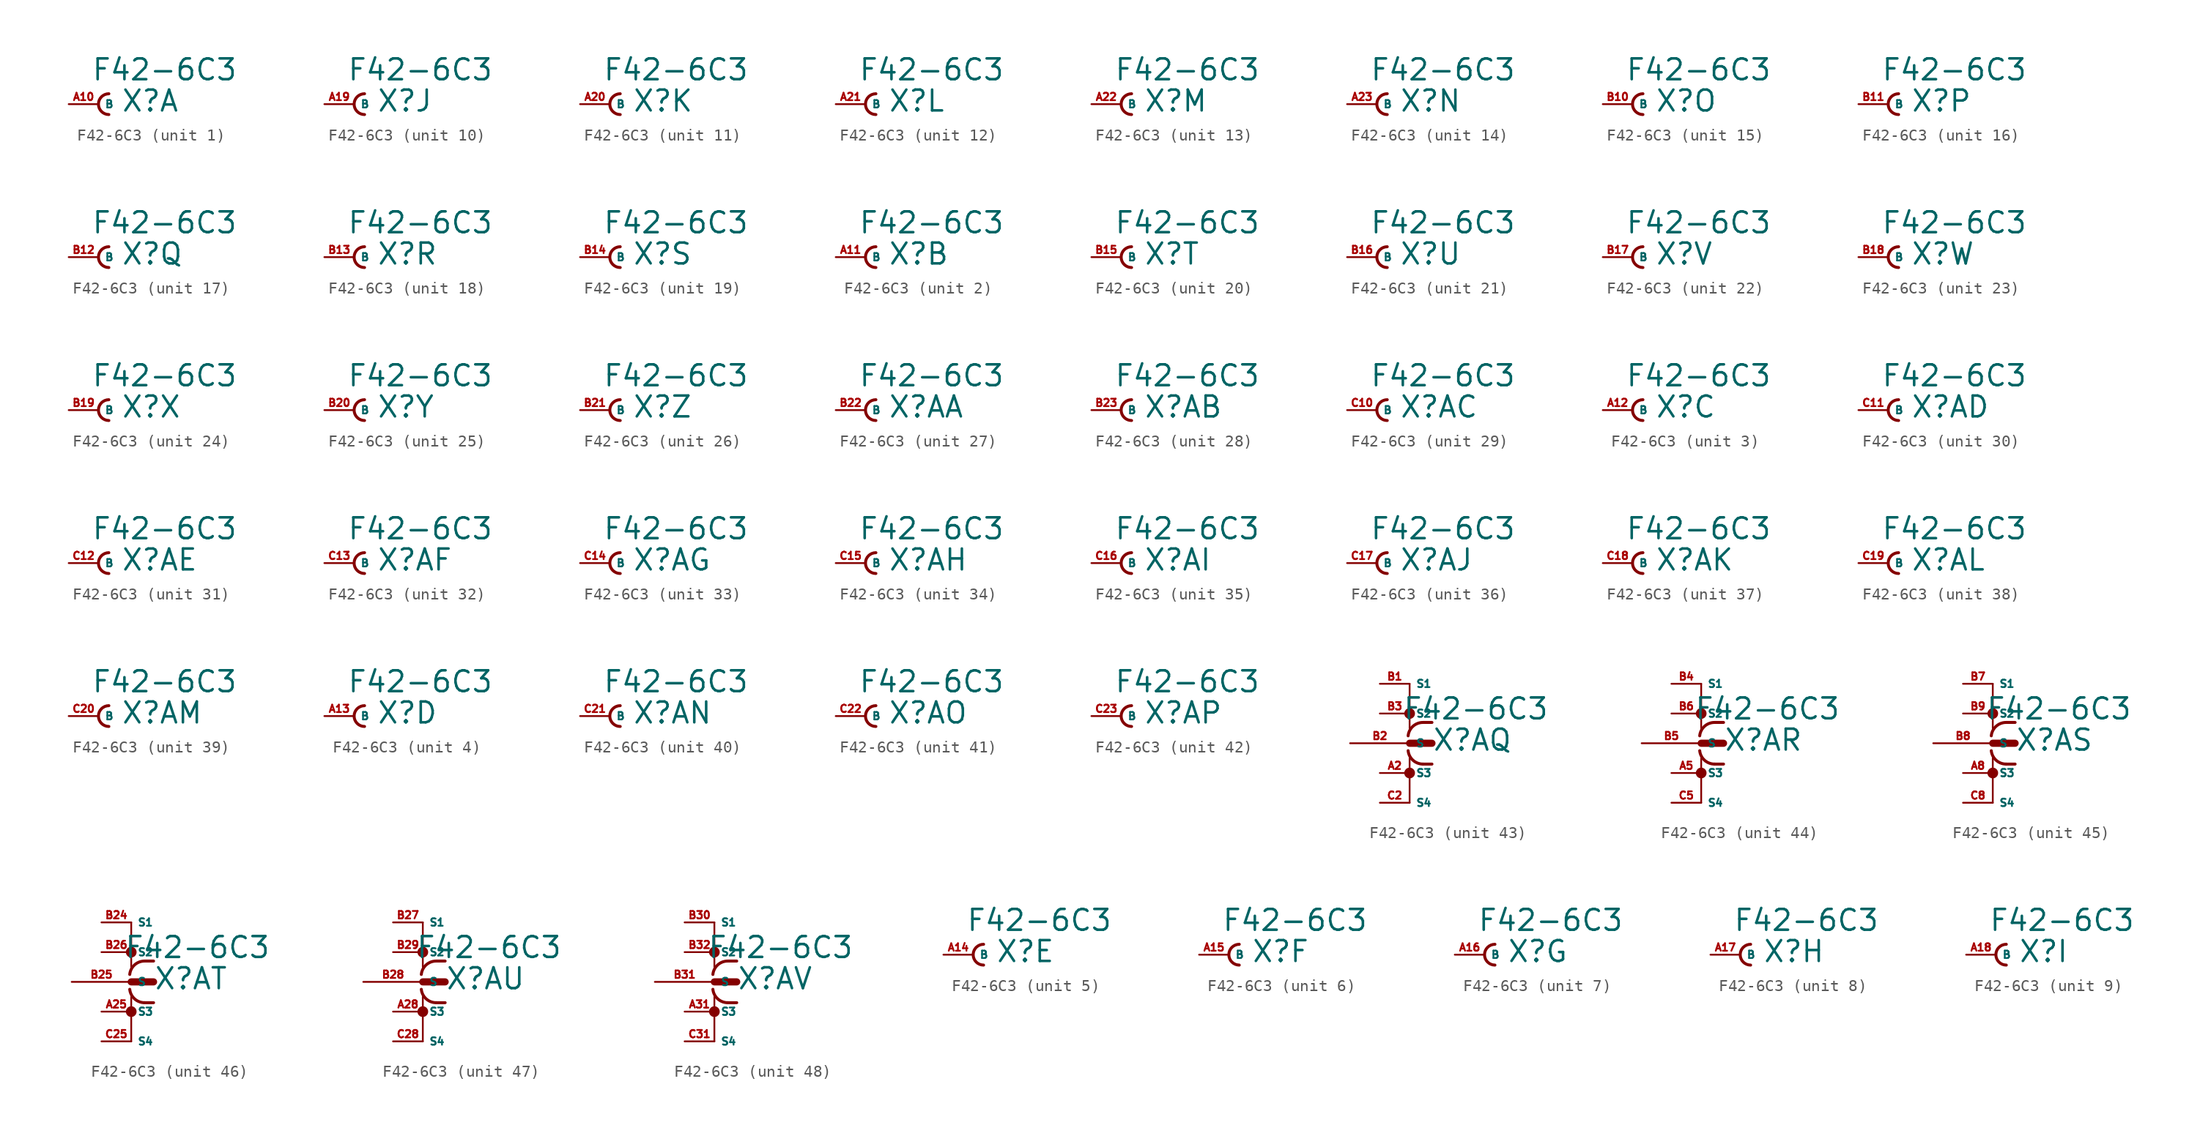
<source format=kicad_sym>
(kicad_symbol_lib
  (version 20220914)
  (generator Eagle2Kicad)
  (symbol "F42-6C3"
    (property "Reference" "X"
      (at 1.905 -0.762 0)
      (effects (font (size 1.778 1.778) (thickness 0.22)) (justify left bottom)))
    (property "Value" "F42-6C3"
      (at -0.635 1.905 0)
      (effects (font (size 1.778 1.778) (thickness 0.22)) (justify left bottom)))
    (symbol "F42-6C3_1_0"
      (arc (start 0.889 0.889) (mid 0.000 0.000) (end 0.889 -0.889) (stroke (width 0.254) (type default)) (fill (type none)))
      (pin passive line (at -2.54 0 0) (length 2.54) (name "B" (effects (font (size 0.635 0.635) (thickness 0.08)) (justify left bottom))) (number "A10" (effects (font (size 0.635 0.635) (thickness 0.08)) (justify left bottom)))))
    (symbol "F42-6C3_2_0"
      (arc (start 0.889 0.889) (mid 0.000 0.000) (end 0.889 -0.889) (stroke (width 0.254) (type default)) (fill (type none)))
      (pin passive line (at -2.54 0 0) (length 2.54) (name "B" (effects (font (size 0.635 0.635) (thickness 0.08)) (justify left bottom))) (number "A11" (effects (font (size 0.635 0.635) (thickness 0.08)) (justify left bottom)))))
    (symbol "F42-6C3_3_0"
      (arc (start 0.889 0.889) (mid 0.000 0.000) (end 0.889 -0.889) (stroke (width 0.254) (type default)) (fill (type none)))
      (pin passive line (at -2.54 0 0) (length 2.54) (name "B" (effects (font (size 0.635 0.635) (thickness 0.08)) (justify left bottom))) (number "A12" (effects (font (size 0.635 0.635) (thickness 0.08)) (justify left bottom)))))
    (symbol "F42-6C3_4_0"
      (arc (start 0.889 0.889) (mid 0.000 0.000) (end 0.889 -0.889) (stroke (width 0.254) (type default)) (fill (type none)))
      (pin passive line (at -2.54 0 0) (length 2.54) (name "B" (effects (font (size 0.635 0.635) (thickness 0.08)) (justify left bottom))) (number "A13" (effects (font (size 0.635 0.635) (thickness 0.08)) (justify left bottom)))))
    (symbol "F42-6C3_5_0"
      (arc (start 0.889 0.889) (mid 0.000 0.000) (end 0.889 -0.889) (stroke (width 0.254) (type default)) (fill (type none)))
      (pin passive line (at -2.54 0 0) (length 2.54) (name "B" (effects (font (size 0.635 0.635) (thickness 0.08)) (justify left bottom))) (number "A14" (effects (font (size 0.635 0.635) (thickness 0.08)) (justify left bottom)))))
    (symbol "F42-6C3_6_0"
      (arc (start 0.889 0.889) (mid 0.000 0.000) (end 0.889 -0.889) (stroke (width 0.254) (type default)) (fill (type none)))
      (pin passive line (at -2.54 0 0) (length 2.54) (name "B" (effects (font (size 0.635 0.635) (thickness 0.08)) (justify left bottom))) (number "A15" (effects (font (size 0.635 0.635) (thickness 0.08)) (justify left bottom)))))
    (symbol "F42-6C3_7_0"
      (arc (start 0.889 0.889) (mid 0.000 0.000) (end 0.889 -0.889) (stroke (width 0.254) (type default)) (fill (type none)))
      (pin passive line (at -2.54 0 0) (length 2.54) (name "B" (effects (font (size 0.635 0.635) (thickness 0.08)) (justify left bottom))) (number "A16" (effects (font (size 0.635 0.635) (thickness 0.08)) (justify left bottom)))))
    (symbol "F42-6C3_8_0"
      (arc (start 0.889 0.889) (mid 0.000 0.000) (end 0.889 -0.889) (stroke (width 0.254) (type default)) (fill (type none)))
      (pin passive line (at -2.54 0 0) (length 2.54) (name "B" (effects (font (size 0.635 0.635) (thickness 0.08)) (justify left bottom))) (number "A17" (effects (font (size 0.635 0.635) (thickness 0.08)) (justify left bottom)))))
    (symbol "F42-6C3_9_0"
      (arc (start 0.889 0.889) (mid 0.000 0.000) (end 0.889 -0.889) (stroke (width 0.254) (type default)) (fill (type none)))
      (pin passive line (at -2.54 0 0) (length 2.54) (name "B" (effects (font (size 0.635 0.635) (thickness 0.08)) (justify left bottom))) (number "A18" (effects (font (size 0.635 0.635) (thickness 0.08)) (justify left bottom)))))
    (symbol "F42-6C3_10_0"
      (arc (start 0.889 0.889) (mid 0.000 0.000) (end 0.889 -0.889) (stroke (width 0.254) (type default)) (fill (type none)))
      (pin passive line (at -2.54 0 0) (length 2.54) (name "B" (effects (font (size 0.635 0.635) (thickness 0.08)) (justify left bottom))) (number "A19" (effects (font (size 0.635 0.635) (thickness 0.08)) (justify left bottom)))))
    (symbol "F42-6C3_11_0"
      (arc (start 0.889 0.889) (mid 0.000 0.000) (end 0.889 -0.889) (stroke (width 0.254) (type default)) (fill (type none)))
      (pin passive line (at -2.54 0 0) (length 2.54) (name "B" (effects (font (size 0.635 0.635) (thickness 0.08)) (justify left bottom))) (number "A20" (effects (font (size 0.635 0.635) (thickness 0.08)) (justify left bottom)))))
    (symbol "F42-6C3_12_0"
      (arc (start 0.889 0.889) (mid 0.000 0.000) (end 0.889 -0.889) (stroke (width 0.254) (type default)) (fill (type none)))
      (pin passive line (at -2.54 0 0) (length 2.54) (name "B" (effects (font (size 0.635 0.635) (thickness 0.08)) (justify left bottom))) (number "A21" (effects (font (size 0.635 0.635) (thickness 0.08)) (justify left bottom)))))
    (symbol "F42-6C3_13_0"
      (arc (start 0.889 0.889) (mid 0.000 0.000) (end 0.889 -0.889) (stroke (width 0.254) (type default)) (fill (type none)))
      (pin passive line (at -2.54 0 0) (length 2.54) (name "B" (effects (font (size 0.635 0.635) (thickness 0.08)) (justify left bottom))) (number "A22" (effects (font (size 0.635 0.635) (thickness 0.08)) (justify left bottom)))))
    (symbol "F42-6C3_14_0"
      (arc (start 0.889 0.889) (mid 0.000 0.000) (end 0.889 -0.889) (stroke (width 0.254) (type default)) (fill (type none)))
      (pin passive line (at -2.54 0 0) (length 2.54) (name "B" (effects (font (size 0.635 0.635) (thickness 0.08)) (justify left bottom))) (number "A23" (effects (font (size 0.635 0.635) (thickness 0.08)) (justify left bottom)))))
    (symbol "F42-6C3_15_0"
      (arc (start 0.889 0.889) (mid 0.000 0.000) (end 0.889 -0.889) (stroke (width 0.254) (type default)) (fill (type none)))
      (pin passive line (at -2.54 0 0) (length 2.54) (name "B" (effects (font (size 0.635 0.635) (thickness 0.08)) (justify left bottom))) (number "B10" (effects (font (size 0.635 0.635) (thickness 0.08)) (justify left bottom)))))
    (symbol "F42-6C3_16_0"
      (arc (start 0.889 0.889) (mid 0.000 0.000) (end 0.889 -0.889) (stroke (width 0.254) (type default)) (fill (type none)))
      (pin passive line (at -2.54 0 0) (length 2.54) (name "B" (effects (font (size 0.635 0.635) (thickness 0.08)) (justify left bottom))) (number "B11" (effects (font (size 0.635 0.635) (thickness 0.08)) (justify left bottom)))))
    (symbol "F42-6C3_17_0"
      (arc (start 0.889 0.889) (mid 0.000 0.000) (end 0.889 -0.889) (stroke (width 0.254) (type default)) (fill (type none)))
      (pin passive line (at -2.54 0 0) (length 2.54) (name "B" (effects (font (size 0.635 0.635) (thickness 0.08)) (justify left bottom))) (number "B12" (effects (font (size 0.635 0.635) (thickness 0.08)) (justify left bottom)))))
    (symbol "F42-6C3_18_0"
      (arc (start 0.889 0.889) (mid 0.000 0.000) (end 0.889 -0.889) (stroke (width 0.254) (type default)) (fill (type none)))
      (pin passive line (at -2.54 0 0) (length 2.54) (name "B" (effects (font (size 0.635 0.635) (thickness 0.08)) (justify left bottom))) (number "B13" (effects (font (size 0.635 0.635) (thickness 0.08)) (justify left bottom)))))
    (symbol "F42-6C3_19_0"
      (arc (start 0.889 0.889) (mid 0.000 0.000) (end 0.889 -0.889) (stroke (width 0.254) (type default)) (fill (type none)))
      (pin passive line (at -2.54 0 0) (length 2.54) (name "B" (effects (font (size 0.635 0.635) (thickness 0.08)) (justify left bottom))) (number "B14" (effects (font (size 0.635 0.635) (thickness 0.08)) (justify left bottom)))))
    (symbol "F42-6C3_20_0"
      (arc (start 0.889 0.889) (mid 0.000 0.000) (end 0.889 -0.889) (stroke (width 0.254) (type default)) (fill (type none)))
      (pin passive line (at -2.54 0 0) (length 2.54) (name "B" (effects (font (size 0.635 0.635) (thickness 0.08)) (justify left bottom))) (number "B15" (effects (font (size 0.635 0.635) (thickness 0.08)) (justify left bottom)))))
    (symbol "F42-6C3_21_0"
      (arc (start 0.889 0.889) (mid 0.000 0.000) (end 0.889 -0.889) (stroke (width 0.254) (type default)) (fill (type none)))
      (pin passive line (at -2.54 0 0) (length 2.54) (name "B" (effects (font (size 0.635 0.635) (thickness 0.08)) (justify left bottom))) (number "B16" (effects (font (size 0.635 0.635) (thickness 0.08)) (justify left bottom)))))
    (symbol "F42-6C3_22_0"
      (arc (start 0.889 0.889) (mid 0.000 0.000) (end 0.889 -0.889) (stroke (width 0.254) (type default)) (fill (type none)))
      (pin passive line (at -2.54 0 0) (length 2.54) (name "B" (effects (font (size 0.635 0.635) (thickness 0.08)) (justify left bottom))) (number "B17" (effects (font (size 0.635 0.635) (thickness 0.08)) (justify left bottom)))))
    (symbol "F42-6C3_23_0"
      (arc (start 0.889 0.889) (mid 0.000 0.000) (end 0.889 -0.889) (stroke (width 0.254) (type default)) (fill (type none)))
      (pin passive line (at -2.54 0 0) (length 2.54) (name "B" (effects (font (size 0.635 0.635) (thickness 0.08)) (justify left bottom))) (number "B18" (effects (font (size 0.635 0.635) (thickness 0.08)) (justify left bottom)))))
    (symbol "F42-6C3_24_0"
      (arc (start 0.889 0.889) (mid 0.000 0.000) (end 0.889 -0.889) (stroke (width 0.254) (type default)) (fill (type none)))
      (pin passive line (at -2.54 0 0) (length 2.54) (name "B" (effects (font (size 0.635 0.635) (thickness 0.08)) (justify left bottom))) (number "B19" (effects (font (size 0.635 0.635) (thickness 0.08)) (justify left bottom)))))
    (symbol "F42-6C3_25_0"
      (arc (start 0.889 0.889) (mid 0.000 0.000) (end 0.889 -0.889) (stroke (width 0.254) (type default)) (fill (type none)))
      (pin passive line (at -2.54 0 0) (length 2.54) (name "B" (effects (font (size 0.635 0.635) (thickness 0.08)) (justify left bottom))) (number "B20" (effects (font (size 0.635 0.635) (thickness 0.08)) (justify left bottom)))))
    (symbol "F42-6C3_26_0"
      (arc (start 0.889 0.889) (mid 0.000 0.000) (end 0.889 -0.889) (stroke (width 0.254) (type default)) (fill (type none)))
      (pin passive line (at -2.54 0 0) (length 2.54) (name "B" (effects (font (size 0.635 0.635) (thickness 0.08)) (justify left bottom))) (number "B21" (effects (font (size 0.635 0.635) (thickness 0.08)) (justify left bottom)))))
    (symbol "F42-6C3_27_0"
      (arc (start 0.889 0.889) (mid 0.000 0.000) (end 0.889 -0.889) (stroke (width 0.254) (type default)) (fill (type none)))
      (pin passive line (at -2.54 0 0) (length 2.54) (name "B" (effects (font (size 0.635 0.635) (thickness 0.08)) (justify left bottom))) (number "B22" (effects (font (size 0.635 0.635) (thickness 0.08)) (justify left bottom)))))
    (symbol "F42-6C3_28_0"
      (arc (start 0.889 0.889) (mid 0.000 0.000) (end 0.889 -0.889) (stroke (width 0.254) (type default)) (fill (type none)))
      (pin passive line (at -2.54 0 0) (length 2.54) (name "B" (effects (font (size 0.635 0.635) (thickness 0.08)) (justify left bottom))) (number "B23" (effects (font (size 0.635 0.635) (thickness 0.08)) (justify left bottom)))))
    (symbol "F42-6C3_29_0"
      (arc (start 0.889 0.889) (mid 0.000 0.000) (end 0.889 -0.889) (stroke (width 0.254) (type default)) (fill (type none)))
      (pin passive line (at -2.54 0 0) (length 2.54) (name "B" (effects (font (size 0.635 0.635) (thickness 0.08)) (justify left bottom))) (number "C10" (effects (font (size 0.635 0.635) (thickness 0.08)) (justify left bottom)))))
    (symbol "F42-6C3_30_0"
      (arc (start 0.889 0.889) (mid 0.000 0.000) (end 0.889 -0.889) (stroke (width 0.254) (type default)) (fill (type none)))
      (pin passive line (at -2.54 0 0) (length 2.54) (name "B" (effects (font (size 0.635 0.635) (thickness 0.08)) (justify left bottom))) (number "C11" (effects (font (size 0.635 0.635) (thickness 0.08)) (justify left bottom)))))
    (symbol "F42-6C3_31_0"
      (arc (start 0.889 0.889) (mid 0.000 0.000) (end 0.889 -0.889) (stroke (width 0.254) (type default)) (fill (type none)))
      (pin passive line (at -2.54 0 0) (length 2.54) (name "B" (effects (font (size 0.635 0.635) (thickness 0.08)) (justify left bottom))) (number "C12" (effects (font (size 0.635 0.635) (thickness 0.08)) (justify left bottom)))))
    (symbol "F42-6C3_32_0"
      (arc (start 0.889 0.889) (mid 0.000 0.000) (end 0.889 -0.889) (stroke (width 0.254) (type default)) (fill (type none)))
      (pin passive line (at -2.54 0 0) (length 2.54) (name "B" (effects (font (size 0.635 0.635) (thickness 0.08)) (justify left bottom))) (number "C13" (effects (font (size 0.635 0.635) (thickness 0.08)) (justify left bottom)))))
    (symbol "F42-6C3_33_0"
      (arc (start 0.889 0.889) (mid 0.000 0.000) (end 0.889 -0.889) (stroke (width 0.254) (type default)) (fill (type none)))
      (pin passive line (at -2.54 0 0) (length 2.54) (name "B" (effects (font (size 0.635 0.635) (thickness 0.08)) (justify left bottom))) (number "C14" (effects (font (size 0.635 0.635) (thickness 0.08)) (justify left bottom)))))
    (symbol "F42-6C3_34_0"
      (arc (start 0.889 0.889) (mid 0.000 0.000) (end 0.889 -0.889) (stroke (width 0.254) (type default)) (fill (type none)))
      (pin passive line (at -2.54 0 0) (length 2.54) (name "B" (effects (font (size 0.635 0.635) (thickness 0.08)) (justify left bottom))) (number "C15" (effects (font (size 0.635 0.635) (thickness 0.08)) (justify left bottom)))))
    (symbol "F42-6C3_35_0"
      (arc (start 0.889 0.889) (mid 0.000 0.000) (end 0.889 -0.889) (stroke (width 0.254) (type default)) (fill (type none)))
      (pin passive line (at -2.54 0 0) (length 2.54) (name "B" (effects (font (size 0.635 0.635) (thickness 0.08)) (justify left bottom))) (number "C16" (effects (font (size 0.635 0.635) (thickness 0.08)) (justify left bottom)))))
    (symbol "F42-6C3_36_0"
      (arc (start 0.889 0.889) (mid 0.000 0.000) (end 0.889 -0.889) (stroke (width 0.254) (type default)) (fill (type none)))
      (pin passive line (at -2.54 0 0) (length 2.54) (name "B" (effects (font (size 0.635 0.635) (thickness 0.08)) (justify left bottom))) (number "C17" (effects (font (size 0.635 0.635) (thickness 0.08)) (justify left bottom)))))
    (symbol "F42-6C3_37_0"
      (arc (start 0.889 0.889) (mid 0.000 0.000) (end 0.889 -0.889) (stroke (width 0.254) (type default)) (fill (type none)))
      (pin passive line (at -2.54 0 0) (length 2.54) (name "B" (effects (font (size 0.635 0.635) (thickness 0.08)) (justify left bottom))) (number "C18" (effects (font (size 0.635 0.635) (thickness 0.08)) (justify left bottom)))))
    (symbol "F42-6C3_38_0"
      (arc (start 0.889 0.889) (mid 0.000 0.000) (end 0.889 -0.889) (stroke (width 0.254) (type default)) (fill (type none)))
      (pin passive line (at -2.54 0 0) (length 2.54) (name "B" (effects (font (size 0.635 0.635) (thickness 0.08)) (justify left bottom))) (number "C19" (effects (font (size 0.635 0.635) (thickness 0.08)) (justify left bottom)))))
    (symbol "F42-6C3_39_0"
      (arc (start 0.889 0.889) (mid 0.000 0.000) (end 0.889 -0.889) (stroke (width 0.254) (type default)) (fill (type none)))
      (pin passive line (at -2.54 0 0) (length 2.54) (name "B" (effects (font (size 0.635 0.635) (thickness 0.08)) (justify left bottom))) (number "C20" (effects (font (size 0.635 0.635) (thickness 0.08)) (justify left bottom)))))
    (symbol "F42-6C3_40_0"
      (arc (start 0.889 0.889) (mid 0.000 0.000) (end 0.889 -0.889) (stroke (width 0.254) (type default)) (fill (type none)))
      (pin passive line (at -2.54 0 0) (length 2.54) (name "B" (effects (font (size 0.635 0.635) (thickness 0.08)) (justify left bottom))) (number "C21" (effects (font (size 0.635 0.635) (thickness 0.08)) (justify left bottom)))))
    (symbol "F42-6C3_41_0"
      (arc (start 0.889 0.889) (mid 0.000 0.000) (end 0.889 -0.889) (stroke (width 0.254) (type default)) (fill (type none)))
      (pin passive line (at -2.54 0 0) (length 2.54) (name "B" (effects (font (size 0.635 0.635) (thickness 0.08)) (justify left bottom))) (number "C22" (effects (font (size 0.635 0.635) (thickness 0.08)) (justify left bottom)))))
    (symbol "F42-6C3_42_0"
      (arc (start 0.889 0.889) (mid 0.000 0.000) (end 0.889 -0.889) (stroke (width 0.254) (type default)) (fill (type none)))
      (pin passive line (at -2.54 0 0) (length 2.54) (name "B" (effects (font (size 0.635 0.635) (thickness 0.08)) (justify left bottom))) (number "C23" (effects (font (size 0.635 0.635) (thickness 0.08)) (justify left bottom)))))
    (symbol "F42-6C3_43_0"
      (polyline (pts (xy 0 0) (xy 1.905 0)) (stroke (width 0.61) (type default)) (fill (type none)))
      (polyline (pts (xy 0 5.08) (xy 0 1.27)) (stroke (width 0.152) (type default)) (fill (type none)))
      (polyline (pts (xy 0 -5.08) (xy 0 -1.27)) (stroke (width 0.152) (type default)) (fill (type none)))
      (polyline (pts (xy 1.905 1.778) (xy 1.143 1.778)) (stroke (width 0.254) (type default)) (fill (type none)))
      (polyline (pts (xy 1.905 -1.778) (xy 1.143 -1.778)) (stroke (width 0.254) (type default)) (fill (type none)))
      (arc (start 1.143 1.778) (mid 0.287 1.452) (end -0.127 0.635) (stroke (width 0.254) (type default)) (fill (type none)))
      (arc (start -0.127 -0.635) (mid 0.287 -1.452) (end 1.143 -1.778) (stroke (width 0.254) (type default)) (fill (type none)))
      (circle (center 0 2.54) (radius 0.254) (stroke (width 0.406) (type default)) (fill (type none)))
      (circle (center 0 -2.54) (radius 0.254) (stroke (width 0.406) (type default)) (fill (type none)))
      (pin passive line (at -5.08 0 0) (length 5.08) (name "S" (effects (font (size 0.635 0.635) (thickness 0.08)) (justify left bottom))) (number "B2" (effects (font (size 0.635 0.635) (thickness 0.08)) (justify left bottom))))
      (pin passive line (at -2.54 5.08 0) (length 2.54) (name "S1" (effects (font (size 0.635 0.635) (thickness 0.08)) (justify left bottom))) (number "B1" (effects (font (size 0.635 0.635) (thickness 0.08)) (justify left bottom))))
      (pin passive line (at -2.54 2.54 0) (length 2.54) (name "S2" (effects (font (size 0.635 0.635) (thickness 0.08)) (justify left bottom))) (number "B3" (effects (font (size 0.635 0.635) (thickness 0.08)) (justify left bottom))))
      (pin passive line (at -2.54 -2.54 0) (length 2.54) (name "S3" (effects (font (size 0.635 0.635) (thickness 0.08)) (justify left bottom))) (number "A2" (effects (font (size 0.635 0.635) (thickness 0.08)) (justify left bottom))))
      (pin passive line (at -2.54 -5.08 0) (length 2.54) (name "S4" (effects (font (size 0.635 0.635) (thickness 0.08)) (justify left bottom))) (number "C2" (effects (font (size 0.635 0.635) (thickness 0.08)) (justify left bottom)))))
    (symbol "F42-6C3_44_0"
      (polyline (pts (xy 0 0) (xy 1.905 0)) (stroke (width 0.61) (type default)) (fill (type none)))
      (polyline (pts (xy 0 5.08) (xy 0 1.27)) (stroke (width 0.152) (type default)) (fill (type none)))
      (polyline (pts (xy 0 -5.08) (xy 0 -1.27)) (stroke (width 0.152) (type default)) (fill (type none)))
      (polyline (pts (xy 1.905 1.778) (xy 1.143 1.778)) (stroke (width 0.254) (type default)) (fill (type none)))
      (polyline (pts (xy 1.905 -1.778) (xy 1.143 -1.778)) (stroke (width 0.254) (type default)) (fill (type none)))
      (arc (start 1.143 1.778) (mid 0.287 1.452) (end -0.127 0.635) (stroke (width 0.254) (type default)) (fill (type none)))
      (arc (start -0.127 -0.635) (mid 0.287 -1.452) (end 1.143 -1.778) (stroke (width 0.254) (type default)) (fill (type none)))
      (circle (center 0 2.54) (radius 0.254) (stroke (width 0.406) (type default)) (fill (type none)))
      (circle (center 0 -2.54) (radius 0.254) (stroke (width 0.406) (type default)) (fill (type none)))
      (pin passive line (at -5.08 0 0) (length 5.08) (name "S" (effects (font (size 0.635 0.635) (thickness 0.08)) (justify left bottom))) (number "B5" (effects (font (size 0.635 0.635) (thickness 0.08)) (justify left bottom))))
      (pin passive line (at -2.54 5.08 0) (length 2.54) (name "S1" (effects (font (size 0.635 0.635) (thickness 0.08)) (justify left bottom))) (number "B4" (effects (font (size 0.635 0.635) (thickness 0.08)) (justify left bottom))))
      (pin passive line (at -2.54 2.54 0) (length 2.54) (name "S2" (effects (font (size 0.635 0.635) (thickness 0.08)) (justify left bottom))) (number "B6" (effects (font (size 0.635 0.635) (thickness 0.08)) (justify left bottom))))
      (pin passive line (at -2.54 -2.54 0) (length 2.54) (name "S3" (effects (font (size 0.635 0.635) (thickness 0.08)) (justify left bottom))) (number "A5" (effects (font (size 0.635 0.635) (thickness 0.08)) (justify left bottom))))
      (pin passive line (at -2.54 -5.08 0) (length 2.54) (name "S4" (effects (font (size 0.635 0.635) (thickness 0.08)) (justify left bottom))) (number "C5" (effects (font (size 0.635 0.635) (thickness 0.08)) (justify left bottom)))))
    (symbol "F42-6C3_45_0"
      (polyline (pts (xy 0 0) (xy 1.905 0)) (stroke (width 0.61) (type default)) (fill (type none)))
      (polyline (pts (xy 0 5.08) (xy 0 1.27)) (stroke (width 0.152) (type default)) (fill (type none)))
      (polyline (pts (xy 0 -5.08) (xy 0 -1.27)) (stroke (width 0.152) (type default)) (fill (type none)))
      (polyline (pts (xy 1.905 1.778) (xy 1.143 1.778)) (stroke (width 0.254) (type default)) (fill (type none)))
      (polyline (pts (xy 1.905 -1.778) (xy 1.143 -1.778)) (stroke (width 0.254) (type default)) (fill (type none)))
      (arc (start 1.143 1.778) (mid 0.287 1.452) (end -0.127 0.635) (stroke (width 0.254) (type default)) (fill (type none)))
      (arc (start -0.127 -0.635) (mid 0.287 -1.452) (end 1.143 -1.778) (stroke (width 0.254) (type default)) (fill (type none)))
      (circle (center 0 2.54) (radius 0.254) (stroke (width 0.406) (type default)) (fill (type none)))
      (circle (center 0 -2.54) (radius 0.254) (stroke (width 0.406) (type default)) (fill (type none)))
      (pin passive line (at -5.08 0 0) (length 5.08) (name "S" (effects (font (size 0.635 0.635) (thickness 0.08)) (justify left bottom))) (number "B8" (effects (font (size 0.635 0.635) (thickness 0.08)) (justify left bottom))))
      (pin passive line (at -2.54 5.08 0) (length 2.54) (name "S1" (effects (font (size 0.635 0.635) (thickness 0.08)) (justify left bottom))) (number "B7" (effects (font (size 0.635 0.635) (thickness 0.08)) (justify left bottom))))
      (pin passive line (at -2.54 2.54 0) (length 2.54) (name "S2" (effects (font (size 0.635 0.635) (thickness 0.08)) (justify left bottom))) (number "B9" (effects (font (size 0.635 0.635) (thickness 0.08)) (justify left bottom))))
      (pin passive line (at -2.54 -2.54 0) (length 2.54) (name "S3" (effects (font (size 0.635 0.635) (thickness 0.08)) (justify left bottom))) (number "A8" (effects (font (size 0.635 0.635) (thickness 0.08)) (justify left bottom))))
      (pin passive line (at -2.54 -5.08 0) (length 2.54) (name "S4" (effects (font (size 0.635 0.635) (thickness 0.08)) (justify left bottom))) (number "C8" (effects (font (size 0.635 0.635) (thickness 0.08)) (justify left bottom)))))
    (symbol "F42-6C3_46_0"
      (polyline (pts (xy 0 0) (xy 1.905 0)) (stroke (width 0.61) (type default)) (fill (type none)))
      (polyline (pts (xy 0 5.08) (xy 0 1.27)) (stroke (width 0.152) (type default)) (fill (type none)))
      (polyline (pts (xy 0 -5.08) (xy 0 -1.27)) (stroke (width 0.152) (type default)) (fill (type none)))
      (polyline (pts (xy 1.905 1.778) (xy 1.143 1.778)) (stroke (width 0.254) (type default)) (fill (type none)))
      (polyline (pts (xy 1.905 -1.778) (xy 1.143 -1.778)) (stroke (width 0.254) (type default)) (fill (type none)))
      (arc (start 1.143 1.778) (mid 0.287 1.452) (end -0.127 0.635) (stroke (width 0.254) (type default)) (fill (type none)))
      (arc (start -0.127 -0.635) (mid 0.287 -1.452) (end 1.143 -1.778) (stroke (width 0.254) (type default)) (fill (type none)))
      (circle (center 0 2.54) (radius 0.254) (stroke (width 0.406) (type default)) (fill (type none)))
      (circle (center 0 -2.54) (radius 0.254) (stroke (width 0.406) (type default)) (fill (type none)))
      (pin passive line (at -5.08 0 0) (length 5.08) (name "S" (effects (font (size 0.635 0.635) (thickness 0.08)) (justify left bottom))) (number "B25" (effects (font (size 0.635 0.635) (thickness 0.08)) (justify left bottom))))
      (pin passive line (at -2.54 5.08 0) (length 2.54) (name "S1" (effects (font (size 0.635 0.635) (thickness 0.08)) (justify left bottom))) (number "B24" (effects (font (size 0.635 0.635) (thickness 0.08)) (justify left bottom))))
      (pin passive line (at -2.54 2.54 0) (length 2.54) (name "S2" (effects (font (size 0.635 0.635) (thickness 0.08)) (justify left bottom))) (number "B26" (effects (font (size 0.635 0.635) (thickness 0.08)) (justify left bottom))))
      (pin passive line (at -2.54 -2.54 0) (length 2.54) (name "S3" (effects (font (size 0.635 0.635) (thickness 0.08)) (justify left bottom))) (number "A25" (effects (font (size 0.635 0.635) (thickness 0.08)) (justify left bottom))))
      (pin passive line (at -2.54 -5.08 0) (length 2.54) (name "S4" (effects (font (size 0.635 0.635) (thickness 0.08)) (justify left bottom))) (number "C25" (effects (font (size 0.635 0.635) (thickness 0.08)) (justify left bottom)))))
    (symbol "F42-6C3_47_0"
      (polyline (pts (xy 0 0) (xy 1.905 0)) (stroke (width 0.61) (type default)) (fill (type none)))
      (polyline (pts (xy 0 5.08) (xy 0 1.27)) (stroke (width 0.152) (type default)) (fill (type none)))
      (polyline (pts (xy 0 -5.08) (xy 0 -1.27)) (stroke (width 0.152) (type default)) (fill (type none)))
      (polyline (pts (xy 1.905 1.778) (xy 1.143 1.778)) (stroke (width 0.254) (type default)) (fill (type none)))
      (polyline (pts (xy 1.905 -1.778) (xy 1.143 -1.778)) (stroke (width 0.254) (type default)) (fill (type none)))
      (arc (start 1.143 1.778) (mid 0.287 1.452) (end -0.127 0.635) (stroke (width 0.254) (type default)) (fill (type none)))
      (arc (start -0.127 -0.635) (mid 0.287 -1.452) (end 1.143 -1.778) (stroke (width 0.254) (type default)) (fill (type none)))
      (circle (center 0 2.54) (radius 0.254) (stroke (width 0.406) (type default)) (fill (type none)))
      (circle (center 0 -2.54) (radius 0.254) (stroke (width 0.406) (type default)) (fill (type none)))
      (pin passive line (at -5.08 0 0) (length 5.08) (name "S" (effects (font (size 0.635 0.635) (thickness 0.08)) (justify left bottom))) (number "B28" (effects (font (size 0.635 0.635) (thickness 0.08)) (justify left bottom))))
      (pin passive line (at -2.54 5.08 0) (length 2.54) (name "S1" (effects (font (size 0.635 0.635) (thickness 0.08)) (justify left bottom))) (number "B27" (effects (font (size 0.635 0.635) (thickness 0.08)) (justify left bottom))))
      (pin passive line (at -2.54 2.54 0) (length 2.54) (name "S2" (effects (font (size 0.635 0.635) (thickness 0.08)) (justify left bottom))) (number "B29" (effects (font (size 0.635 0.635) (thickness 0.08)) (justify left bottom))))
      (pin passive line (at -2.54 -2.54 0) (length 2.54) (name "S3" (effects (font (size 0.635 0.635) (thickness 0.08)) (justify left bottom))) (number "A28" (effects (font (size 0.635 0.635) (thickness 0.08)) (justify left bottom))))
      (pin passive line (at -2.54 -5.08 0) (length 2.54) (name "S4" (effects (font (size 0.635 0.635) (thickness 0.08)) (justify left bottom))) (number "C28" (effects (font (size 0.635 0.635) (thickness 0.08)) (justify left bottom)))))
    (symbol "F42-6C3_48_0"
      (polyline (pts (xy 0 0) (xy 1.905 0)) (stroke (width 0.61) (type default)) (fill (type none)))
      (polyline (pts (xy 0 5.08) (xy 0 1.27)) (stroke (width 0.152) (type default)) (fill (type none)))
      (polyline (pts (xy 0 -5.08) (xy 0 -1.27)) (stroke (width 0.152) (type default)) (fill (type none)))
      (polyline (pts (xy 1.905 1.778) (xy 1.143 1.778)) (stroke (width 0.254) (type default)) (fill (type none)))
      (polyline (pts (xy 1.905 -1.778) (xy 1.143 -1.778)) (stroke (width 0.254) (type default)) (fill (type none)))
      (arc (start 1.143 1.778) (mid 0.287 1.452) (end -0.127 0.635) (stroke (width 0.254) (type default)) (fill (type none)))
      (arc (start -0.127 -0.635) (mid 0.287 -1.452) (end 1.143 -1.778) (stroke (width 0.254) (type default)) (fill (type none)))
      (circle (center 0 2.54) (radius 0.254) (stroke (width 0.406) (type default)) (fill (type none)))
      (circle (center 0 -2.54) (radius 0.254) (stroke (width 0.406) (type default)) (fill (type none)))
      (pin passive line (at -5.08 0 0) (length 5.08) (name "S" (effects (font (size 0.635 0.635) (thickness 0.08)) (justify left bottom))) (number "B31" (effects (font (size 0.635 0.635) (thickness 0.08)) (justify left bottom))))
      (pin passive line (at -2.54 5.08 0) (length 2.54) (name "S1" (effects (font (size 0.635 0.635) (thickness 0.08)) (justify left bottom))) (number "B30" (effects (font (size 0.635 0.635) (thickness 0.08)) (justify left bottom))))
      (pin passive line (at -2.54 2.54 0) (length 2.54) (name "S2" (effects (font (size 0.635 0.635) (thickness 0.08)) (justify left bottom))) (number "B32" (effects (font (size 0.635 0.635) (thickness 0.08)) (justify left bottom))))
      (pin passive line (at -2.54 -2.54 0) (length 2.54) (name "S3" (effects (font (size 0.635 0.635) (thickness 0.08)) (justify left bottom))) (number "A31" (effects (font (size 0.635 0.635) (thickness 0.08)) (justify left bottom))))
      (pin passive line (at -2.54 -5.08 0) (length 2.54) (name "S4" (effects (font (size 0.635 0.635) (thickness 0.08)) (justify left bottom))) (number "C31" (effects (font (size 0.635 0.635) (thickness 0.08)) (justify left bottom)))))))
</source>
